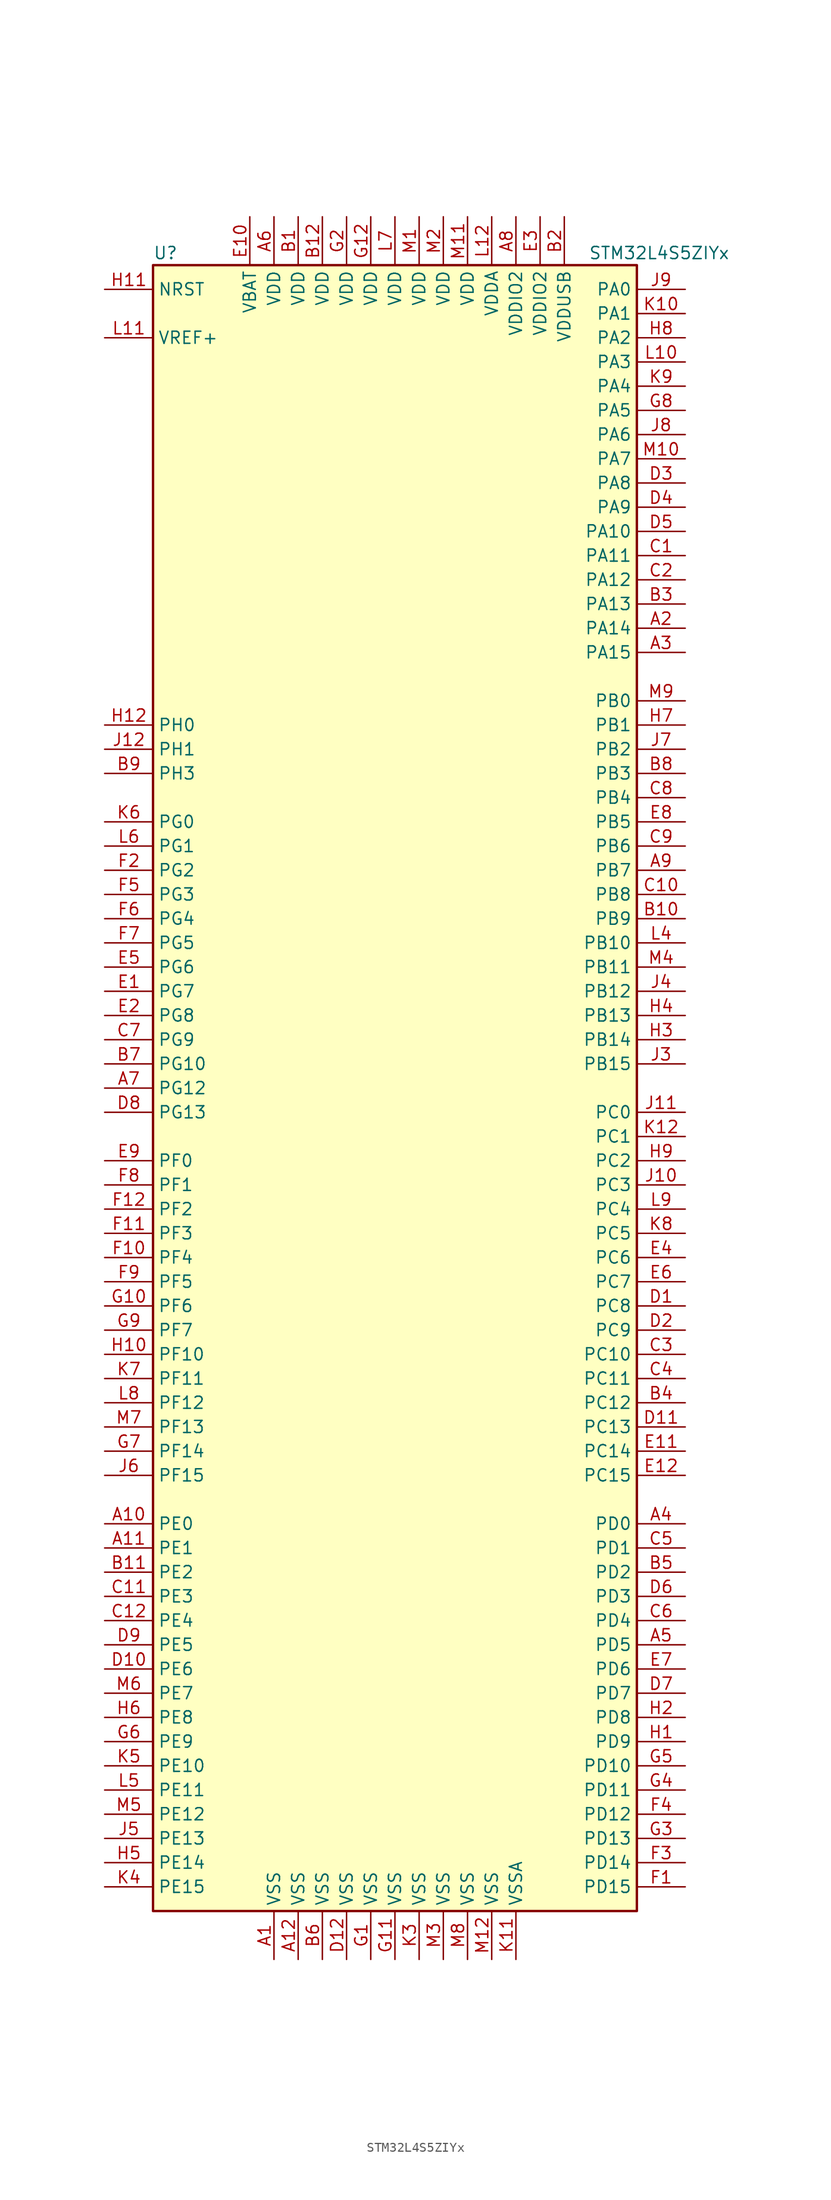
<source format=kicad_sym>
(kicad_symbol_lib
  (version 20201005)
  (generator kicad_symbol_editor)
  (symbol "MCU_ST_STM32L4+:STM32L4S5ZIYx"
    (property "Reference" "U"
      (at -25.4 87.63 0)
      (effects (font (size 1.27 1.27)) (justify left)))
    (property "Value" "STM32L4S5ZIYx"
      (at 20.32 87.63 0)
      (effects (font (size 1.27 1.27)) (justify left)))
    (symbol "STM32L4S5ZIYx_0_1"
      (rectangle (start -25.4 -86.36) (end 25.4 86.36) (stroke (width 0.254)) (fill (type background))))
    (symbol "STM32L4S5ZIYx_1_1"
      (pin no_connect line (at -25.4 -83.82 0) (length 5.08) hide (name "NC" (effects (font (size 1.27 1.27)))) (number "J1" (effects (font (size 1.27 1.27)))))
      (pin no_connect line (at -25.4 -81.28 0) (length 5.08) hide (name "NC" (effects (font (size 1.27 1.27)))) (number "J2" (effects (font (size 1.27 1.27)))))
      (pin no_connect line (at -25.4 -78.74 0) (length 5.08) hide (name "NC" (effects (font (size 1.27 1.27)))) (number "K1" (effects (font (size 1.27 1.27)))))
      (pin no_connect line (at -25.4 -76.2 0) (length 5.08) hide (name "NC" (effects (font (size 1.27 1.27)))) (number "K2" (effects (font (size 1.27 1.27)))))
      (pin no_connect line (at -25.4 -73.66 0) (length 5.08) hide (name "NC" (effects (font (size 1.27 1.27)))) (number "L1" (effects (font (size 1.27 1.27)))))
      (pin no_connect line (at -25.4 -71.12 0) (length 5.08) hide (name "NC" (effects (font (size 1.27 1.27)))) (number "L2" (effects (font (size 1.27 1.27)))))
      (pin no_connect line (at -25.4 -68.58 0) (length 5.08) hide (name "NC" (effects (font (size 1.27 1.27)))) (number "L3" (effects (font (size 1.27 1.27)))))
      (pin input line (at -30.48 83.82 0) (length 5.08) (name "NRST" (effects (font (size 1.27 1.27)))) (number "H11" (effects (font (size 1.27 1.27)))))
      (pin bidirectional line (at 30.48 83.82 180) (length 5.08) (name "PA0" (effects (font (size 1.27 1.27)))) (number "J9" (effects (font (size 1.27 1.27)))))
      (pin bidirectional line (at 30.48 81.28 180) (length 5.08) (name "PA1" (effects (font (size 1.27 1.27)))) (number "K10" (effects (font (size 1.27 1.27)))))
      (pin bidirectional line (at 30.48 58.42 180) (length 5.08) (name "PA10" (effects (font (size 1.27 1.27)))) (number "D5" (effects (font (size 1.27 1.27)))))
      (pin bidirectional line (at 30.48 55.88 180) (length 5.08) (name "PA11" (effects (font (size 1.27 1.27)))) (number "C1" (effects (font (size 1.27 1.27)))))
      (pin bidirectional line (at 30.48 53.34 180) (length 5.08) (name "PA12" (effects (font (size 1.27 1.27)))) (number "C2" (effects (font (size 1.27 1.27)))))
      (pin bidirectional line (at 30.48 50.8 180) (length 5.08) (name "PA13" (effects (font (size 1.27 1.27)))) (number "B3" (effects (font (size 1.27 1.27)))))
      (pin bidirectional line (at 30.48 48.26 180) (length 5.08) (name "PA14" (effects (font (size 1.27 1.27)))) (number "A2" (effects (font (size 1.27 1.27)))))
      (pin bidirectional line (at 30.48 45.72 180) (length 5.08) (name "PA15" (effects (font (size 1.27 1.27)))) (number "A3" (effects (font (size 1.27 1.27)))))
      (pin bidirectional line (at 30.48 78.74 180) (length 5.08) (name "PA2" (effects (font (size 1.27 1.27)))) (number "H8" (effects (font (size 1.27 1.27)))))
      (pin bidirectional line (at 30.48 76.2 180) (length 5.08) (name "PA3" (effects (font (size 1.27 1.27)))) (number "L10" (effects (font (size 1.27 1.27)))))
      (pin bidirectional line (at 30.48 73.66 180) (length 5.08) (name "PA4" (effects (font (size 1.27 1.27)))) (number "K9" (effects (font (size 1.27 1.27)))))
      (pin bidirectional line (at 30.48 71.12 180) (length 5.08) (name "PA5" (effects (font (size 1.27 1.27)))) (number "G8" (effects (font (size 1.27 1.27)))))
      (pin bidirectional line (at 30.48 68.58 180) (length 5.08) (name "PA6" (effects (font (size 1.27 1.27)))) (number "J8" (effects (font (size 1.27 1.27)))))
      (pin bidirectional line (at 30.48 66.04 180) (length 5.08) (name "PA7" (effects (font (size 1.27 1.27)))) (number "M10" (effects (font (size 1.27 1.27)))))
      (pin bidirectional line (at 30.48 63.5 180) (length 5.08) (name "PA8" (effects (font (size 1.27 1.27)))) (number "D3" (effects (font (size 1.27 1.27)))))
      (pin bidirectional line (at 30.48 60.96 180) (length 5.08) (name "PA9" (effects (font (size 1.27 1.27)))) (number "D4" (effects (font (size 1.27 1.27)))))
      (pin bidirectional line (at 30.48 40.64 180) (length 5.08) (name "PB0" (effects (font (size 1.27 1.27)))) (number "M9" (effects (font (size 1.27 1.27)))))
      (pin bidirectional line (at 30.48 38.1 180) (length 5.08) (name "PB1" (effects (font (size 1.27 1.27)))) (number "H7" (effects (font (size 1.27 1.27)))))
      (pin bidirectional line (at 30.48 15.24 180) (length 5.08) (name "PB10" (effects (font (size 1.27 1.27)))) (number "L4" (effects (font (size 1.27 1.27)))))
      (pin bidirectional line (at 30.48 12.7 180) (length 5.08) (name "PB11" (effects (font (size 1.27 1.27)))) (number "M4" (effects (font (size 1.27 1.27)))))
      (pin bidirectional line (at 30.48 10.16 180) (length 5.08) (name "PB12" (effects (font (size 1.27 1.27)))) (number "J4" (effects (font (size 1.27 1.27)))))
      (pin bidirectional line (at 30.48 7.62 180) (length 5.08) (name "PB13" (effects (font (size 1.27 1.27)))) (number "H4" (effects (font (size 1.27 1.27)))))
      (pin bidirectional line (at 30.48 5.08 180) (length 5.08) (name "PB14" (effects (font (size 1.27 1.27)))) (number "H3" (effects (font (size 1.27 1.27)))))
      (pin bidirectional line (at 30.48 2.54 180) (length 5.08) (name "PB15" (effects (font (size 1.27 1.27)))) (number "J3" (effects (font (size 1.27 1.27)))))
      (pin bidirectional line (at 30.48 35.56 180) (length 5.08) (name "PB2" (effects (font (size 1.27 1.27)))) (number "J7" (effects (font (size 1.27 1.27)))))
      (pin bidirectional line (at 30.48 33.02 180) (length 5.08) (name "PB3" (effects (font (size 1.27 1.27)))) (number "B8" (effects (font (size 1.27 1.27)))))
      (pin bidirectional line (at 30.48 30.48 180) (length 5.08) (name "PB4" (effects (font (size 1.27 1.27)))) (number "C8" (effects (font (size 1.27 1.27)))))
      (pin bidirectional line (at 30.48 27.94 180) (length 5.08) (name "PB5" (effects (font (size 1.27 1.27)))) (number "E8" (effects (font (size 1.27 1.27)))))
      (pin bidirectional line (at 30.48 25.4 180) (length 5.08) (name "PB6" (effects (font (size 1.27 1.27)))) (number "C9" (effects (font (size 1.27 1.27)))))
      (pin bidirectional line (at 30.48 22.86 180) (length 5.08) (name "PB7" (effects (font (size 1.27 1.27)))) (number "A9" (effects (font (size 1.27 1.27)))))
      (pin bidirectional line (at 30.48 20.32 180) (length 5.08) (name "PB8" (effects (font (size 1.27 1.27)))) (number "C10" (effects (font (size 1.27 1.27)))))
      (pin bidirectional line (at 30.48 17.78 180) (length 5.08) (name "PB9" (effects (font (size 1.27 1.27)))) (number "B10" (effects (font (size 1.27 1.27)))))
      (pin bidirectional line (at 30.48 -2.54 180) (length 5.08) (name "PC0" (effects (font (size 1.27 1.27)))) (number "J11" (effects (font (size 1.27 1.27)))))
      (pin bidirectional line (at 30.48 -5.08 180) (length 5.08) (name "PC1" (effects (font (size 1.27 1.27)))) (number "K12" (effects (font (size 1.27 1.27)))))
      (pin bidirectional line (at 30.48 -27.94 180) (length 5.08) (name "PC10" (effects (font (size 1.27 1.27)))) (number "C3" (effects (font (size 1.27 1.27)))))
      (pin bidirectional line (at 30.48 -30.48 180) (length 5.08) (name "PC11" (effects (font (size 1.27 1.27)))) (number "C4" (effects (font (size 1.27 1.27)))))
      (pin bidirectional line (at 30.48 -33.02 180) (length 5.08) (name "PC12" (effects (font (size 1.27 1.27)))) (number "B4" (effects (font (size 1.27 1.27)))))
      (pin bidirectional line (at 30.48 -35.56 180) (length 5.08) (name "PC13" (effects (font (size 1.27 1.27)))) (number "D11" (effects (font (size 1.27 1.27)))))
      (pin bidirectional line (at 30.48 -38.1 180) (length 5.08) (name "PC14" (effects (font (size 1.27 1.27)))) (number "E11" (effects (font (size 1.27 1.27)))))
      (pin bidirectional line (at 30.48 -40.64 180) (length 5.08) (name "PC15" (effects (font (size 1.27 1.27)))) (number "E12" (effects (font (size 1.27 1.27)))))
      (pin bidirectional line (at 30.48 -7.62 180) (length 5.08) (name "PC2" (effects (font (size 1.27 1.27)))) (number "H9" (effects (font (size 1.27 1.27)))))
      (pin bidirectional line (at 30.48 -10.16 180) (length 5.08) (name "PC3" (effects (font (size 1.27 1.27)))) (number "J10" (effects (font (size 1.27 1.27)))))
      (pin bidirectional line (at 30.48 -12.7 180) (length 5.08) (name "PC4" (effects (font (size 1.27 1.27)))) (number "L9" (effects (font (size 1.27 1.27)))))
      (pin bidirectional line (at 30.48 -15.24 180) (length 5.08) (name "PC5" (effects (font (size 1.27 1.27)))) (number "K8" (effects (font (size 1.27 1.27)))))
      (pin bidirectional line (at 30.48 -17.78 180) (length 5.08) (name "PC6" (effects (font (size 1.27 1.27)))) (number "E4" (effects (font (size 1.27 1.27)))))
      (pin bidirectional line (at 30.48 -20.32 180) (length 5.08) (name "PC7" (effects (font (size 1.27 1.27)))) (number "E6" (effects (font (size 1.27 1.27)))))
      (pin bidirectional line (at 30.48 -22.86 180) (length 5.08) (name "PC8" (effects (font (size 1.27 1.27)))) (number "D1" (effects (font (size 1.27 1.27)))))
      (pin bidirectional line (at 30.48 -25.4 180) (length 5.08) (name "PC9" (effects (font (size 1.27 1.27)))) (number "D2" (effects (font (size 1.27 1.27)))))
      (pin bidirectional line (at 30.48 -45.72 180) (length 5.08) (name "PD0" (effects (font (size 1.27 1.27)))) (number "A4" (effects (font (size 1.27 1.27)))))
      (pin bidirectional line (at 30.48 -48.26 180) (length 5.08) (name "PD1" (effects (font (size 1.27 1.27)))) (number "C5" (effects (font (size 1.27 1.27)))))
      (pin bidirectional line (at 30.48 -71.12 180) (length 5.08) (name "PD10" (effects (font (size 1.27 1.27)))) (number "G5" (effects (font (size 1.27 1.27)))))
      (pin bidirectional line (at 30.48 -73.66 180) (length 5.08) (name "PD11" (effects (font (size 1.27 1.27)))) (number "G4" (effects (font (size 1.27 1.27)))))
      (pin bidirectional line (at 30.48 -76.2 180) (length 5.08) (name "PD12" (effects (font (size 1.27 1.27)))) (number "F4" (effects (font (size 1.27 1.27)))))
      (pin bidirectional line (at 30.48 -78.74 180) (length 5.08) (name "PD13" (effects (font (size 1.27 1.27)))) (number "G3" (effects (font (size 1.27 1.27)))))
      (pin bidirectional line (at 30.48 -81.28 180) (length 5.08) (name "PD14" (effects (font (size 1.27 1.27)))) (number "F3" (effects (font (size 1.27 1.27)))))
      (pin bidirectional line (at 30.48 -83.82 180) (length 5.08) (name "PD15" (effects (font (size 1.27 1.27)))) (number "F1" (effects (font (size 1.27 1.27)))))
      (pin bidirectional line (at 30.48 -50.8 180) (length 5.08) (name "PD2" (effects (font (size 1.27 1.27)))) (number "B5" (effects (font (size 1.27 1.27)))))
      (pin bidirectional line (at 30.48 -53.34 180) (length 5.08) (name "PD3" (effects (font (size 1.27 1.27)))) (number "D6" (effects (font (size 1.27 1.27)))))
      (pin bidirectional line (at 30.48 -55.88 180) (length 5.08) (name "PD4" (effects (font (size 1.27 1.27)))) (number "C6" (effects (font (size 1.27 1.27)))))
      (pin bidirectional line (at 30.48 -58.42 180) (length 5.08) (name "PD5" (effects (font (size 1.27 1.27)))) (number "A5" (effects (font (size 1.27 1.27)))))
      (pin bidirectional line (at 30.48 -60.96 180) (length 5.08) (name "PD6" (effects (font (size 1.27 1.27)))) (number "E7" (effects (font (size 1.27 1.27)))))
      (pin bidirectional line (at 30.48 -63.5 180) (length 5.08) (name "PD7" (effects (font (size 1.27 1.27)))) (number "D7" (effects (font (size 1.27 1.27)))))
      (pin bidirectional line (at 30.48 -66.04 180) (length 5.08) (name "PD8" (effects (font (size 1.27 1.27)))) (number "H2" (effects (font (size 1.27 1.27)))))
      (pin bidirectional line (at 30.48 -68.58 180) (length 5.08) (name "PD9" (effects (font (size 1.27 1.27)))) (number "H1" (effects (font (size 1.27 1.27)))))
      (pin bidirectional line (at -30.48 -45.72 0) (length 5.08) (name "PE0" (effects (font (size 1.27 1.27)))) (number "A10" (effects (font (size 1.27 1.27)))))
      (pin bidirectional line (at -30.48 -48.26 0) (length 5.08) (name "PE1" (effects (font (size 1.27 1.27)))) (number "A11" (effects (font (size 1.27 1.27)))))
      (pin bidirectional line (at -30.48 -71.12 0) (length 5.08) (name "PE10" (effects (font (size 1.27 1.27)))) (number "K5" (effects (font (size 1.27 1.27)))))
      (pin bidirectional line (at -30.48 -73.66 0) (length 5.08) (name "PE11" (effects (font (size 1.27 1.27)))) (number "L5" (effects (font (size 1.27 1.27)))))
      (pin bidirectional line (at -30.48 -76.2 0) (length 5.08) (name "PE12" (effects (font (size 1.27 1.27)))) (number "M5" (effects (font (size 1.27 1.27)))))
      (pin bidirectional line (at -30.48 -78.74 0) (length 5.08) (name "PE13" (effects (font (size 1.27 1.27)))) (number "J5" (effects (font (size 1.27 1.27)))))
      (pin bidirectional line (at -30.48 -81.28 0) (length 5.08) (name "PE14" (effects (font (size 1.27 1.27)))) (number "H5" (effects (font (size 1.27 1.27)))))
      (pin bidirectional line (at -30.48 -83.82 0) (length 5.08) (name "PE15" (effects (font (size 1.27 1.27)))) (number "K4" (effects (font (size 1.27 1.27)))))
      (pin bidirectional line (at -30.48 -50.8 0) (length 5.08) (name "PE2" (effects (font (size 1.27 1.27)))) (number "B11" (effects (font (size 1.27 1.27)))))
      (pin bidirectional line (at -30.48 -53.34 0) (length 5.08) (name "PE3" (effects (font (size 1.27 1.27)))) (number "C11" (effects (font (size 1.27 1.27)))))
      (pin bidirectional line (at -30.48 -55.88 0) (length 5.08) (name "PE4" (effects (font (size 1.27 1.27)))) (number "C12" (effects (font (size 1.27 1.27)))))
      (pin bidirectional line (at -30.48 -58.42 0) (length 5.08) (name "PE5" (effects (font (size 1.27 1.27)))) (number "D9" (effects (font (size 1.27 1.27)))))
      (pin bidirectional line (at -30.48 -60.96 0) (length 5.08) (name "PE6" (effects (font (size 1.27 1.27)))) (number "D10" (effects (font (size 1.27 1.27)))))
      (pin bidirectional line (at -30.48 -63.5 0) (length 5.08) (name "PE7" (effects (font (size 1.27 1.27)))) (number "M6" (effects (font (size 1.27 1.27)))))
      (pin bidirectional line (at -30.48 -66.04 0) (length 5.08) (name "PE8" (effects (font (size 1.27 1.27)))) (number "H6" (effects (font (size 1.27 1.27)))))
      (pin bidirectional line (at -30.48 -68.58 0) (length 5.08) (name "PE9" (effects (font (size 1.27 1.27)))) (number "G6" (effects (font (size 1.27 1.27)))))
      (pin bidirectional line (at -30.48 -7.62 0) (length 5.08) (name "PF0" (effects (font (size 1.27 1.27)))) (number "E9" (effects (font (size 1.27 1.27)))))
      (pin bidirectional line (at -30.48 -10.16 0) (length 5.08) (name "PF1" (effects (font (size 1.27 1.27)))) (number "F8" (effects (font (size 1.27 1.27)))))
      (pin bidirectional line (at -30.48 -27.94 0) (length 5.08) (name "PF10" (effects (font (size 1.27 1.27)))) (number "H10" (effects (font (size 1.27 1.27)))))
      (pin bidirectional line (at -30.48 -30.48 0) (length 5.08) (name "PF11" (effects (font (size 1.27 1.27)))) (number "K7" (effects (font (size 1.27 1.27)))))
      (pin bidirectional line (at -30.48 -33.02 0) (length 5.08) (name "PF12" (effects (font (size 1.27 1.27)))) (number "L8" (effects (font (size 1.27 1.27)))))
      (pin bidirectional line (at -30.48 -35.56 0) (length 5.08) (name "PF13" (effects (font (size 1.27 1.27)))) (number "M7" (effects (font (size 1.27 1.27)))))
      (pin bidirectional line (at -30.48 -38.1 0) (length 5.08) (name "PF14" (effects (font (size 1.27 1.27)))) (number "G7" (effects (font (size 1.27 1.27)))))
      (pin bidirectional line (at -30.48 -40.64 0) (length 5.08) (name "PF15" (effects (font (size 1.27 1.27)))) (number "J6" (effects (font (size 1.27 1.27)))))
      (pin bidirectional line (at -30.48 -12.7 0) (length 5.08) (name "PF2" (effects (font (size 1.27 1.27)))) (number "F12" (effects (font (size 1.27 1.27)))))
      (pin bidirectional line (at -30.48 -15.24 0) (length 5.08) (name "PF3" (effects (font (size 1.27 1.27)))) (number "F11" (effects (font (size 1.27 1.27)))))
      (pin bidirectional line (at -30.48 -17.78 0) (length 5.08) (name "PF4" (effects (font (size 1.27 1.27)))) (number "F10" (effects (font (size 1.27 1.27)))))
      (pin bidirectional line (at -30.48 -20.32 0) (length 5.08) (name "PF5" (effects (font (size 1.27 1.27)))) (number "F9" (effects (font (size 1.27 1.27)))))
      (pin bidirectional line (at -30.48 -22.86 0) (length 5.08) (name "PF6" (effects (font (size 1.27 1.27)))) (number "G10" (effects (font (size 1.27 1.27)))))
      (pin bidirectional line (at -30.48 -25.4 0) (length 5.08) (name "PF7" (effects (font (size 1.27 1.27)))) (number "G9" (effects (font (size 1.27 1.27)))))
      (pin bidirectional line (at -30.48 27.94 0) (length 5.08) (name "PG0" (effects (font (size 1.27 1.27)))) (number "K6" (effects (font (size 1.27 1.27)))))
      (pin bidirectional line (at -30.48 25.4 0) (length 5.08) (name "PG1" (effects (font (size 1.27 1.27)))) (number "L6" (effects (font (size 1.27 1.27)))))
      (pin bidirectional line (at -30.48 2.54 0) (length 5.08) (name "PG10" (effects (font (size 1.27 1.27)))) (number "B7" (effects (font (size 1.27 1.27)))))
      (pin bidirectional line (at -30.48 0 0) (length 5.08) (name "PG12" (effects (font (size 1.27 1.27)))) (number "A7" (effects (font (size 1.27 1.27)))))
      (pin bidirectional line (at -30.48 -2.54 0) (length 5.08) (name "PG13" (effects (font (size 1.27 1.27)))) (number "D8" (effects (font (size 1.27 1.27)))))
      (pin bidirectional line (at -30.48 22.86 0) (length 5.08) (name "PG2" (effects (font (size 1.27 1.27)))) (number "F2" (effects (font (size 1.27 1.27)))))
      (pin bidirectional line (at -30.48 20.32 0) (length 5.08) (name "PG3" (effects (font (size 1.27 1.27)))) (number "F5" (effects (font (size 1.27 1.27)))))
      (pin bidirectional line (at -30.48 17.78 0) (length 5.08) (name "PG4" (effects (font (size 1.27 1.27)))) (number "F6" (effects (font (size 1.27 1.27)))))
      (pin bidirectional line (at -30.48 15.24 0) (length 5.08) (name "PG5" (effects (font (size 1.27 1.27)))) (number "F7" (effects (font (size 1.27 1.27)))))
      (pin bidirectional line (at -30.48 12.7 0) (length 5.08) (name "PG6" (effects (font (size 1.27 1.27)))) (number "E5" (effects (font (size 1.27 1.27)))))
      (pin bidirectional line (at -30.48 10.16 0) (length 5.08) (name "PG7" (effects (font (size 1.27 1.27)))) (number "E1" (effects (font (size 1.27 1.27)))))
      (pin bidirectional line (at -30.48 7.62 0) (length 5.08) (name "PG8" (effects (font (size 1.27 1.27)))) (number "E2" (effects (font (size 1.27 1.27)))))
      (pin bidirectional line (at -30.48 5.08 0) (length 5.08) (name "PG9" (effects (font (size 1.27 1.27)))) (number "C7" (effects (font (size 1.27 1.27)))))
      (pin input line (at -30.48 38.1 0) (length 5.08) (name "PH0" (effects (font (size 1.27 1.27)))) (number "H12" (effects (font (size 1.27 1.27)))))
      (pin input line (at -30.48 35.56 0) (length 5.08) (name "PH1" (effects (font (size 1.27 1.27)))) (number "J12" (effects (font (size 1.27 1.27)))))
      (pin bidirectional line (at -30.48 33.02 0) (length 5.08) (name "PH3" (effects (font (size 1.27 1.27)))) (number "B9" (effects (font (size 1.27 1.27)))))
      (pin power_in line (at -15.24 91.44 270) (length 5.08) (name "VBAT" (effects (font (size 1.27 1.27)))) (number "E10" (effects (font (size 1.27 1.27)))))
      (pin power_in line (at -12.7 91.44 270) (length 5.08) (name "VDD" (effects (font (size 1.27 1.27)))) (number "A6" (effects (font (size 1.27 1.27)))))
      (pin power_in line (at -10.16 91.44 270) (length 5.08) (name "VDD" (effects (font (size 1.27 1.27)))) (number "B1" (effects (font (size 1.27 1.27)))))
      (pin power_in line (at -7.62 91.44 270) (length 5.08) (name "VDD" (effects (font (size 1.27 1.27)))) (number "B12" (effects (font (size 1.27 1.27)))))
      (pin power_in line (at -2.54 91.44 270) (length 5.08) (name "VDD" (effects (font (size 1.27 1.27)))) (number "G12" (effects (font (size 1.27 1.27)))))
      (pin power_in line (at -5.08 91.44 270) (length 5.08) (name "VDD" (effects (font (size 1.27 1.27)))) (number "G2" (effects (font (size 1.27 1.27)))))
      (pin power_in line (at 0 91.44 270) (length 5.08) (name "VDD" (effects (font (size 1.27 1.27)))) (number "L7" (effects (font (size 1.27 1.27)))))
      (pin power_in line (at 2.54 91.44 270) (length 5.08) (name "VDD" (effects (font (size 1.27 1.27)))) (number "M1" (effects (font (size 1.27 1.27)))))
      (pin power_in line (at 7.62 91.44 270) (length 5.08) (name "VDD" (effects (font (size 1.27 1.27)))) (number "M11" (effects (font (size 1.27 1.27)))))
      (pin power_in line (at 5.08 91.44 270) (length 5.08) (name "VDD" (effects (font (size 1.27 1.27)))) (number "M2" (effects (font (size 1.27 1.27)))))
      (pin power_in line (at 10.16 91.44 270) (length 5.08) (name "VDDA" (effects (font (size 1.27 1.27)))) (number "L12" (effects (font (size 1.27 1.27)))))
      (pin power_in line (at 12.7 91.44 270) (length 5.08) (name "VDDIO2" (effects (font (size 1.27 1.27)))) (number "A8" (effects (font (size 1.27 1.27)))))
      (pin power_in line (at 15.24 91.44 270) (length 5.08) (name "VDDIO2" (effects (font (size 1.27 1.27)))) (number "E3" (effects (font (size 1.27 1.27)))))
      (pin power_in line (at 17.78 91.44 270) (length 5.08) (name "VDDUSB" (effects (font (size 1.27 1.27)))) (number "B2" (effects (font (size 1.27 1.27)))))
      (pin bidirectional line (at -30.48 78.74 0) (length 5.08) (name "VREF+" (effects (font (size 1.27 1.27)))) (number "L11" (effects (font (size 1.27 1.27)))))
      (pin power_in line (at -12.7 -91.44 90) (length 5.08) (name "VSS" (effects (font (size 1.27 1.27)))) (number "A1" (effects (font (size 1.27 1.27)))))
      (pin power_in line (at -10.16 -91.44 90) (length 5.08) (name "VSS" (effects (font (size 1.27 1.27)))) (number "A12" (effects (font (size 1.27 1.27)))))
      (pin power_in line (at -7.62 -91.44 90) (length 5.08) (name "VSS" (effects (font (size 1.27 1.27)))) (number "B6" (effects (font (size 1.27 1.27)))))
      (pin power_in line (at -5.08 -91.44 90) (length 5.08) (name "VSS" (effects (font (size 1.27 1.27)))) (number "D12" (effects (font (size 1.27 1.27)))))
      (pin power_in line (at -2.54 -91.44 90) (length 5.08) (name "VSS" (effects (font (size 1.27 1.27)))) (number "G1" (effects (font (size 1.27 1.27)))))
      (pin power_in line (at 0 -91.44 90) (length 5.08) (name "VSS" (effects (font (size 1.27 1.27)))) (number "G11" (effects (font (size 1.27 1.27)))))
      (pin power_in line (at 2.54 -91.44 90) (length 5.08) (name "VSS" (effects (font (size 1.27 1.27)))) (number "K3" (effects (font (size 1.27 1.27)))))
      (pin power_in line (at 10.16 -91.44 90) (length 5.08) (name "VSS" (effects (font (size 1.27 1.27)))) (number "M12" (effects (font (size 1.27 1.27)))))
      (pin power_in line (at 5.08 -91.44 90) (length 5.08) (name "VSS" (effects (font (size 1.27 1.27)))) (number "M3" (effects (font (size 1.27 1.27)))))
      (pin power_in line (at 7.62 -91.44 90) (length 5.08) (name "VSS" (effects (font (size 1.27 1.27)))) (number "M8" (effects (font (size 1.27 1.27)))))
      (pin power_in line (at 12.7 -91.44 90) (length 5.08) (name "VSSA" (effects (font (size 1.27 1.27)))) (number "K11" (effects (font (size 1.27 1.27))))))))
</source>
